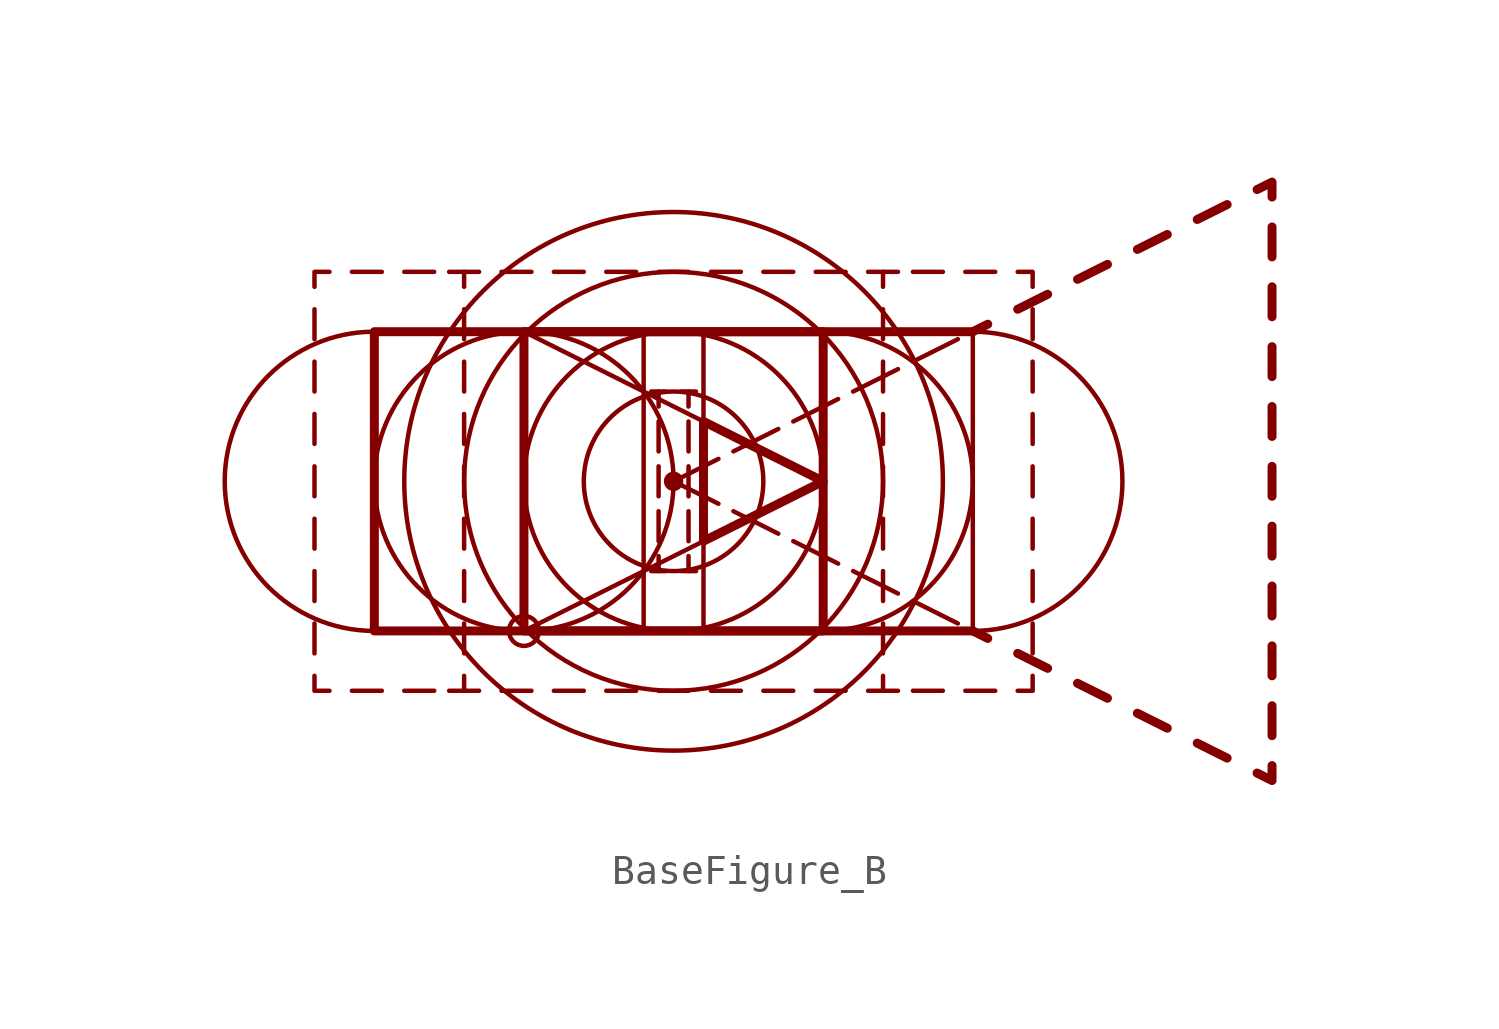
<source format=kicad_sym>
(kicad_symbol_lib
  (version 20211014)
  (generator kicad_symbol_editor)
  (symbol "BaseFigure_B"
    (property "Reference" "#SYM"
      (at 0 14.224 0)
      (effects (font (size 1.27 1.27) bold) hide))
    (symbol "BaseFigure_B_0_1"
      (arc (start -10.1919 5.08) (mid -15.2401 0) (end -10.1919 -5.08) (stroke (width 0.1524) (type default) (color 0 0 0 0)) (fill (type none)))
      (rectangle (start -10.16 5.08) (end 10.16 -5.08) (stroke (width 0.152) (type default) (color 0 0 0 0)) (fill (type none)))
      (circle (center -5.08 -5.08) (radius 0.508) (stroke (width 0.152) (type default) (color 0 0 0 0)) (fill (type none)))
      (circle (center -5.08 0) (radius 5.08) (stroke (width 0.152) (type default) (color 0 0 0 0)) (fill (type none)))
      (rectangle (start -5.08 5.08) (end 5.08 -5.08) (stroke (width 0.305) (type default) (color 0 0 0 0)) (fill (type none)))
      (polyline (pts (xy -12.192 -4.826) (xy -12.192 -5.842)) (stroke (width 0.152) (type default) (color 0 0 0 0)) (fill (type none)))
      (polyline (pts (xy -12.192 -3.048) (xy -12.192 -4.064)) (stroke (width 0.152) (type default) (color 0 0 0 0)) (fill (type none)))
      (polyline (pts (xy -12.192 -1.27) (xy -12.192 -2.286)) (stroke (width 0.152) (type default) (color 0 0 0 0)) (fill (type none)))
      (polyline (pts (xy -12.192 0.508) (xy -12.192 -0.508)) (stroke (width 0.152) (type default) (color 0 0 0 0)) (fill (type none)))
      (polyline (pts (xy -12.192 2.286) (xy -12.192 1.27)) (stroke (width 0.152) (type default) (color 0 0 0 0)) (fill (type none)))
      (polyline (pts (xy -12.192 4.064) (xy -12.192 3.048)) (stroke (width 0.152) (type default) (color 0 0 0 0)) (fill (type none)))
      (polyline (pts (xy -12.192 5.842) (xy -12.192 4.826)) (stroke (width 0.152) (type default) (color 0 0 0 0)) (fill (type none)))
      (polyline (pts (xy -10.922 -7.112) (xy -9.906 -7.112)) (stroke (width 0.152) (type default) (color 0 0 0 0)) (fill (type none)))
      (polyline (pts (xy -10.922 7.112) (xy -9.906 7.112)) (stroke (width 0.152) (type default) (color 0 0 0 0)) (fill (type none)))
      (polyline (pts (xy -9.144 -7.112) (xy -8.128 -7.112)) (stroke (width 0.152) (type default) (color 0 0 0 0)) (fill (type none)))
      (polyline (pts (xy -9.144 7.112) (xy -8.128 7.112)) (stroke (width 0.152) (type default) (color 0 0 0 0)) (fill (type none)))
      (polyline (pts (xy -7.62 -7.112) (xy -7.112 -7.112)) (stroke (width 0.152) (type default) (color 0 0 0 0)) (fill (type none)))
      (polyline (pts (xy -7.62 7.112) (xy -7.112 7.112)) (stroke (width 0.152) (type default) (color 0 0 0 0)) (fill (type none)))
      (polyline (pts (xy -7.112 -4.826) (xy -7.112 -5.842)) (stroke (width 0.152) (type default) (color 0 0 0 0)) (fill (type none)))
      (polyline (pts (xy -7.112 -3.048) (xy -7.112 -4.064)) (stroke (width 0.152) (type default) (color 0 0 0 0)) (fill (type none)))
      (polyline (pts (xy -7.112 -1.27) (xy -7.112 -2.286)) (stroke (width 0.152) (type default) (color 0 0 0 0)) (fill (type none)))
      (polyline (pts (xy -7.112 0.508) (xy -7.112 -0.508)) (stroke (width 0.152) (type default) (color 0 0 0 0)) (fill (type none)))
      (polyline (pts (xy -7.112 2.286) (xy -7.112 1.27)) (stroke (width 0.152) (type default) (color 0 0 0 0)) (fill (type none)))
      (polyline (pts (xy -7.112 4.064) (xy -7.112 3.048)) (stroke (width 0.152) (type default) (color 0 0 0 0)) (fill (type none)))
      (polyline (pts (xy -7.112 5.842) (xy -7.112 4.826)) (stroke (width 0.152) (type default) (color 0 0 0 0)) (fill (type none)))
      (polyline (pts (xy -5.842 -7.112) (xy -4.826 -7.112)) (stroke (width 0.152) (type default) (color 0 0 0 0)) (fill (type none)))
      (polyline (pts (xy -5.842 7.112) (xy -4.826 7.112)) (stroke (width 0.152) (type default) (color 0 0 0 0)) (fill (type none)))
      (polyline (pts (xy -4.064 -7.112) (xy -3.048 -7.112)) (stroke (width 0.152) (type default) (color 0 0 0 0)) (fill (type none)))
      (polyline (pts (xy -4.064 7.112) (xy -3.048 7.112)) (stroke (width 0.152) (type default) (color 0 0 0 0)) (fill (type none)))
      (polyline (pts (xy -2.286 -7.112) (xy -1.27 -7.112)) (stroke (width 0.152) (type default) (color 0 0 0 0)) (fill (type none)))
      (polyline (pts (xy -2.286 7.112) (xy -1.27 7.112)) (stroke (width 0.152) (type default) (color 0 0 0 0)) (fill (type none)))
      (polyline (pts (xy -1.016 5.08) (xy -1.016 -5.08)) (stroke (width 0.152) (type default) (color 0 0 0 0)) (fill (type none)))
      (polyline (pts (xy -0.762 -3.048) (xy -0.254 -3.048)) (stroke (width 0) (type default) (color 0 0 0 0)) (fill (type none)))
      (polyline (pts (xy -0.762 3.048) (xy -0.254 3.048)) (stroke (width 0) (type default) (color 0 0 0 0)) (fill (type none)))
      (polyline (pts (xy -0.508 -7.112) (xy 0.508 -7.112)) (stroke (width 0.152) (type default) (color 0 0 0 0)) (fill (type none)))
      (polyline (pts (xy -0.508 -2.54) (xy -0.508 -3.048)) (stroke (width 0) (type default) (color 0 0 0 0)) (fill (type none)))
      (polyline (pts (xy -0.508 -1.016) (xy -0.508 -2.032)) (stroke (width 0) (type default) (color 0 0 0 0)) (fill (type none)))
      (polyline (pts (xy -0.508 0.508) (xy -0.508 -0.508)) (stroke (width 0) (type default) (color 0 0 0 0)) (fill (type none)))
      (polyline (pts (xy -0.508 2.032) (xy -0.508 1.016)) (stroke (width 0) (type default) (color 0 0 0 0)) (fill (type none)))
      (polyline (pts (xy -0.508 3.048) (xy -0.508 2.54)) (stroke (width 0) (type default) (color 0 0 0 0)) (fill (type none)))
      (polyline (pts (xy -0.508 7.112) (xy 0.508 7.112)) (stroke (width 0.152) (type default) (color 0 0 0 0)) (fill (type none)))
      (polyline (pts (xy 0 0) (xy 1.524 -0.762)) (stroke (width 0.152) (type default) (color 0 0 0 0)) (fill (type none)))
      (polyline (pts (xy 0 0) (xy 1.524 0.762)) (stroke (width 0.152) (type default) (color 0 0 0 0)) (fill (type none)))
      (polyline (pts (xy 0.254 -3.048) (xy 0.762 -3.048)) (stroke (width 0) (type default) (color 0 0 0 0)) (fill (type none)))
      (polyline (pts (xy 0.254 3.048) (xy 0.762 3.048)) (stroke (width 0) (type default) (color 0 0 0 0)) (fill (type none)))
      (polyline (pts (xy 0.508 -2.54) (xy 0.508 -3.048)) (stroke (width 0) (type default) (color 0 0 0 0)) (fill (type none)))
      (polyline (pts (xy 0.508 -1.016) (xy 0.508 -2.032)) (stroke (width 0) (type default) (color 0 0 0 0)) (fill (type none)))
      (polyline (pts (xy 0.508 0.508) (xy 0.508 -0.508)) (stroke (width 0) (type default) (color 0 0 0 0)) (fill (type none)))
      (polyline (pts (xy 0.508 2.032) (xy 0.508 1.016)) (stroke (width 0) (type default) (color 0 0 0 0)) (fill (type none)))
      (polyline (pts (xy 0.508 3.048) (xy 0.508 2.54)) (stroke (width 0) (type default) (color 0 0 0 0)) (fill (type none)))
      (polyline (pts (xy 1.016 5.08) (xy 1.016 -5.08)) (stroke (width 0.152) (type default) (color 0 0 0 0)) (fill (type none)))
      (polyline (pts (xy 1.27 -7.112) (xy 2.286 -7.112)) (stroke (width 0.152) (type default) (color 0 0 0 0)) (fill (type none)))
      (polyline (pts (xy 1.27 7.112) (xy 2.286 7.112)) (stroke (width 0.152) (type default) (color 0 0 0 0)) (fill (type none)))
      (polyline (pts (xy 2.032 -1.016) (xy 3.556 -1.778)) (stroke (width 0.152) (type default) (color 0 0 0 0)) (fill (type none)))
      (polyline (pts (xy 2.032 1.016) (xy 3.556 1.778)) (stroke (width 0.152) (type default) (color 0 0 0 0)) (fill (type none)))
      (polyline (pts (xy 3.048 -7.112) (xy 4.064 -7.112)) (stroke (width 0.152) (type default) (color 0 0 0 0)) (fill (type none)))
      (polyline (pts (xy 3.048 7.112) (xy 4.064 7.112)) (stroke (width 0.152) (type default) (color 0 0 0 0)) (fill (type none)))
      (polyline (pts (xy 4.064 -2.032) (xy 5.588 -2.794)) (stroke (width 0.152) (type default) (color 0 0 0 0)) (fill (type none)))
      (polyline (pts (xy 4.064 2.032) (xy 5.588 2.794)) (stroke (width 0.152) (type default) (color 0 0 0 0)) (fill (type none)))
      (polyline (pts (xy 4.826 -7.112) (xy 5.842 -7.112)) (stroke (width 0.152) (type default) (color 0 0 0 0)) (fill (type none)))
      (polyline (pts (xy 4.826 7.112) (xy 5.842 7.112)) (stroke (width 0.152) (type default) (color 0 0 0 0)) (fill (type none)))
      (polyline (pts (xy 6.096 -3.048) (xy 7.62 -3.81)) (stroke (width 0.152) (type default) (color 0 0 0 0)) (fill (type none)))
      (polyline (pts (xy 6.096 3.048) (xy 7.62 3.81)) (stroke (width 0.152) (type default) (color 0 0 0 0)) (fill (type none)))
      (polyline (pts (xy 7.112 -4.826) (xy 7.112 -5.842)) (stroke (width 0.152) (type default) (color 0 0 0 0)) (fill (type none)))
      (polyline (pts (xy 7.112 -3.048) (xy 7.112 -4.064)) (stroke (width 0.152) (type default) (color 0 0 0 0)) (fill (type none)))
      (polyline (pts (xy 7.112 -1.27) (xy 7.112 -2.286)) (stroke (width 0.152) (type default) (color 0 0 0 0)) (fill (type none)))
      (polyline (pts (xy 7.112 0.508) (xy 7.112 -0.508)) (stroke (width 0.152) (type default) (color 0 0 0 0)) (fill (type none)))
      (polyline (pts (xy 7.112 2.286) (xy 7.112 1.27)) (stroke (width 0.152) (type default) (color 0 0 0 0)) (fill (type none)))
      (polyline (pts (xy 7.112 4.064) (xy 7.112 3.048)) (stroke (width 0.152) (type default) (color 0 0 0 0)) (fill (type none)))
      (polyline (pts (xy 7.112 5.842) (xy 7.112 4.826)) (stroke (width 0.152) (type default) (color 0 0 0 0)) (fill (type none)))
      (polyline (pts (xy 7.62 -7.112) (xy 7.112 -7.112)) (stroke (width 0.152) (type default) (color 0 0 0 0)) (fill (type none)))
      (polyline (pts (xy 7.62 7.112) (xy 7.112 7.112)) (stroke (width 0.152) (type default) (color 0 0 0 0)) (fill (type none)))
      (polyline (pts (xy 8.128 -7.112) (xy 9.144 -7.112)) (stroke (width 0.152) (type default) (color 0 0 0 0)) (fill (type none)))
      (polyline (pts (xy 8.128 -4.064) (xy 9.652 -4.826)) (stroke (width 0.152) (type default) (color 0 0 0 0)) (fill (type none)))
      (polyline (pts (xy 8.128 4.064) (xy 9.652 4.826)) (stroke (width 0.152) (type default) (color 0 0 0 0)) (fill (type none)))
      (polyline (pts (xy 8.128 7.112) (xy 9.144 7.112)) (stroke (width 0.152) (type default) (color 0 0 0 0)) (fill (type none)))
      (polyline (pts (xy 9.906 -7.112) (xy 10.922 -7.112)) (stroke (width 0.152) (type default) (color 0 0 0 0)) (fill (type none)))
      (polyline (pts (xy 9.906 7.112) (xy 10.922 7.112)) (stroke (width 0.152) (type default) (color 0 0 0 0)) (fill (type none)))
      (polyline (pts (xy 10.668 -5.334) (xy 10.16 -5.08)) (stroke (width 0.305) (type default) (color 0 0 0 0)) (fill (type none)))
      (polyline (pts (xy 10.668 5.334) (xy 10.16 5.08)) (stroke (width 0.305) (type default) (color 0 0 0 0)) (fill (type none)))
      (polyline (pts (xy 12.192 -4.826) (xy 12.192 -5.842)) (stroke (width 0.152) (type default) (color 0 0 0 0)) (fill (type none)))
      (polyline (pts (xy 12.192 -3.048) (xy 12.192 -4.064)) (stroke (width 0.152) (type default) (color 0 0 0 0)) (fill (type none)))
      (polyline (pts (xy 12.192 -1.27) (xy 12.192 -2.286)) (stroke (width 0.152) (type default) (color 0 0 0 0)) (fill (type none)))
      (polyline (pts (xy 12.192 0.508) (xy 12.192 -0.508)) (stroke (width 0.152) (type default) (color 0 0 0 0)) (fill (type none)))
      (polyline (pts (xy 12.192 2.286) (xy 12.192 1.27)) (stroke (width 0.152) (type default) (color 0 0 0 0)) (fill (type none)))
      (polyline (pts (xy 12.192 4.064) (xy 12.192 3.048)) (stroke (width 0.152) (type default) (color 0 0 0 0)) (fill (type none)))
      (polyline (pts (xy 12.192 5.842) (xy 12.192 4.826)) (stroke (width 0.152) (type default) (color 0 0 0 0)) (fill (type none)))
      (polyline (pts (xy 12.7 -6.35) (xy 11.684 -5.842)) (stroke (width 0.305) (type default) (color 0 0 0 0)) (fill (type none)))
      (polyline (pts (xy 12.7 6.35) (xy 11.684 5.842)) (stroke (width 0.305) (type default) (color 0 0 0 0)) (fill (type none)))
      (polyline (pts (xy 14.732 -7.366) (xy 13.716 -6.858)) (stroke (width 0.305) (type default) (color 0 0 0 0)) (fill (type none)))
      (polyline (pts (xy 14.732 7.366) (xy 13.716 6.858)) (stroke (width 0.305) (type default) (color 0 0 0 0)) (fill (type none)))
      (polyline (pts (xy 16.764 -8.382) (xy 15.748 -7.874)) (stroke (width 0.305) (type default) (color 0 0 0 0)) (fill (type none)))
      (polyline (pts (xy 16.764 8.382) (xy 15.748 7.874)) (stroke (width 0.305) (type default) (color 0 0 0 0)) (fill (type none)))
      (polyline (pts (xy 18.796 -9.398) (xy 17.78 -8.89)) (stroke (width 0.305) (type default) (color 0 0 0 0)) (fill (type none)))
      (polyline (pts (xy 18.796 9.398) (xy 17.78 8.89)) (stroke (width 0.305) (type default) (color 0 0 0 0)) (fill (type none)))
      (polyline (pts (xy 20.32 -7.62) (xy 20.32 -8.636)) (stroke (width 0.305) (type default) (color 0 0 0 0)) (fill (type none)))
      (polyline (pts (xy 20.32 -5.588) (xy 20.32 -6.604)) (stroke (width 0.305) (type default) (color 0 0 0 0)) (fill (type none)))
      (polyline (pts (xy 20.32 -3.556) (xy 20.32 -4.572)) (stroke (width 0.305) (type default) (color 0 0 0 0)) (fill (type none)))
      (polyline (pts (xy 20.32 -1.524) (xy 20.32 -2.54)) (stroke (width 0.305) (type default) (color 0 0 0 0)) (fill (type none)))
      (polyline (pts (xy 20.32 0.508) (xy 20.32 -0.508)) (stroke (width 0.305) (type default) (color 0 0 0 0)) (fill (type none)))
      (polyline (pts (xy 20.32 2.54) (xy 20.32 1.524)) (stroke (width 0.305) (type default) (color 0 0 0 0)) (fill (type none)))
      (polyline (pts (xy 20.32 4.572) (xy 20.32 3.556)) (stroke (width 0.305) (type default) (color 0 0 0 0)) (fill (type none)))
      (polyline (pts (xy 20.32 6.604) (xy 20.32 5.588)) (stroke (width 0.305) (type default) (color 0 0 0 0)) (fill (type none)))
      (polyline (pts (xy 20.32 8.636) (xy 20.32 7.62)) (stroke (width 0.305) (type default) (color 0 0 0 0)) (fill (type none)))
      (polyline (pts (xy -12.192 -6.604) (xy -12.192 -7.112) (xy -11.684 -7.112)) (stroke (width 0.152) (type default) (color 0 0 0 0)) (fill (type none)))
      (polyline (pts (xy -12.192 6.604) (xy -12.192 7.112) (xy -11.684 7.112)) (stroke (width 0.152) (type default) (color 0 0 0 0)) (fill (type none)))
      (polyline (pts (xy -7.112 -6.604) (xy -7.112 -7.112) (xy -6.604 -7.112)) (stroke (width 0.152) (type default) (color 0 0 0 0)) (fill (type none)))
      (polyline (pts (xy -7.112 6.604) (xy -7.112 7.112) (xy -6.604 7.112)) (stroke (width 0.152) (type default) (color 0 0 0 0)) (fill (type none)))
      (polyline (pts (xy -5.08 -5.08) (xy 5.08 0) (xy -5.08 5.08)) (stroke (width 0.152) (type default) (color 0 0 0 0)) (fill (type none)))
      (polyline (pts (xy 6.604 -7.112) (xy 7.112 -7.112) (xy 7.112 -6.604)) (stroke (width 0.152) (type default) (color 0 0 0 0)) (fill (type none)))
      (polyline (pts (xy 6.604 7.112) (xy 7.112 7.112) (xy 7.112 6.604)) (stroke (width 0.152) (type default) (color 0 0 0 0)) (fill (type none)))
      (polyline (pts (xy 11.684 -7.112) (xy 12.192 -7.112) (xy 12.192 -6.604)) (stroke (width 0.152) (type default) (color 0 0 0 0)) (fill (type none)))
      (polyline (pts (xy 11.684 7.112) (xy 12.192 7.112) (xy 12.192 6.604)) (stroke (width 0.152) (type default) (color 0 0 0 0)) (fill (type none)))
      (polyline (pts (xy 20.32 -9.652) (xy 20.32 -10.16) (xy 19.812 -9.906)) (stroke (width 0.305) (type default) (color 0 0 0 0)) (fill (type none)))
      (polyline (pts (xy 20.32 9.652) (xy 20.32 10.16) (xy 19.812 9.906)) (stroke (width 0.305) (type default) (color 0 0 0 0)) (fill (type none)))
      (polyline (pts (xy 1.016 2.032) (xy 1.016 -2.032) (xy 5.08 0) (xy 1.016 2.032)) (stroke (width 0.305) (type default) (color 0 0 0 0)) (fill (type none)))
      (polyline (pts (xy 10.16 5.08) (xy -10.16 5.08) (xy -10.16 -5.08) (xy 10.16 -5.08)) (stroke (width 0.305) (type default) (color 0 0 0 0)) (fill (type none)))
      (circle (center 0 0) (radius 0.254) (stroke (width 0.152) (type default) (color 0 0 0 0)) (fill (type outline)))
      (circle (center 0 0) (radius 3.048) (stroke (width 0.152) (type default) (color 0 0 0 0)) (fill (type none)))
      (circle (center 0 0) (radius 5.08) (stroke (width 0.152) (type default) (color 0 0 0 0)) (fill (type none)))
      (circle (center 0 0) (radius 7.112) (stroke (width 0.152) (type default) (color 0 0 0 0)) (fill (type none)))
      (circle (center 0 0) (radius 9.144) (stroke (width 0) (type default) (color 0 0 0 0)) (fill (type none)))
      (arc (start 5.1119 -5.08) (mid 10.1601 0) (end 5.1119 5.08) (stroke (width 0.1524) (type default) (color 0 0 0 0)) (fill (type none)))
      (arc (start 10.1919 -5.08) (mid 15.2401 0) (end 10.1919 5.08) (stroke (width 0.1524) (type default) (color 0 0 0 0)) (fill (type none))))))
</source>
